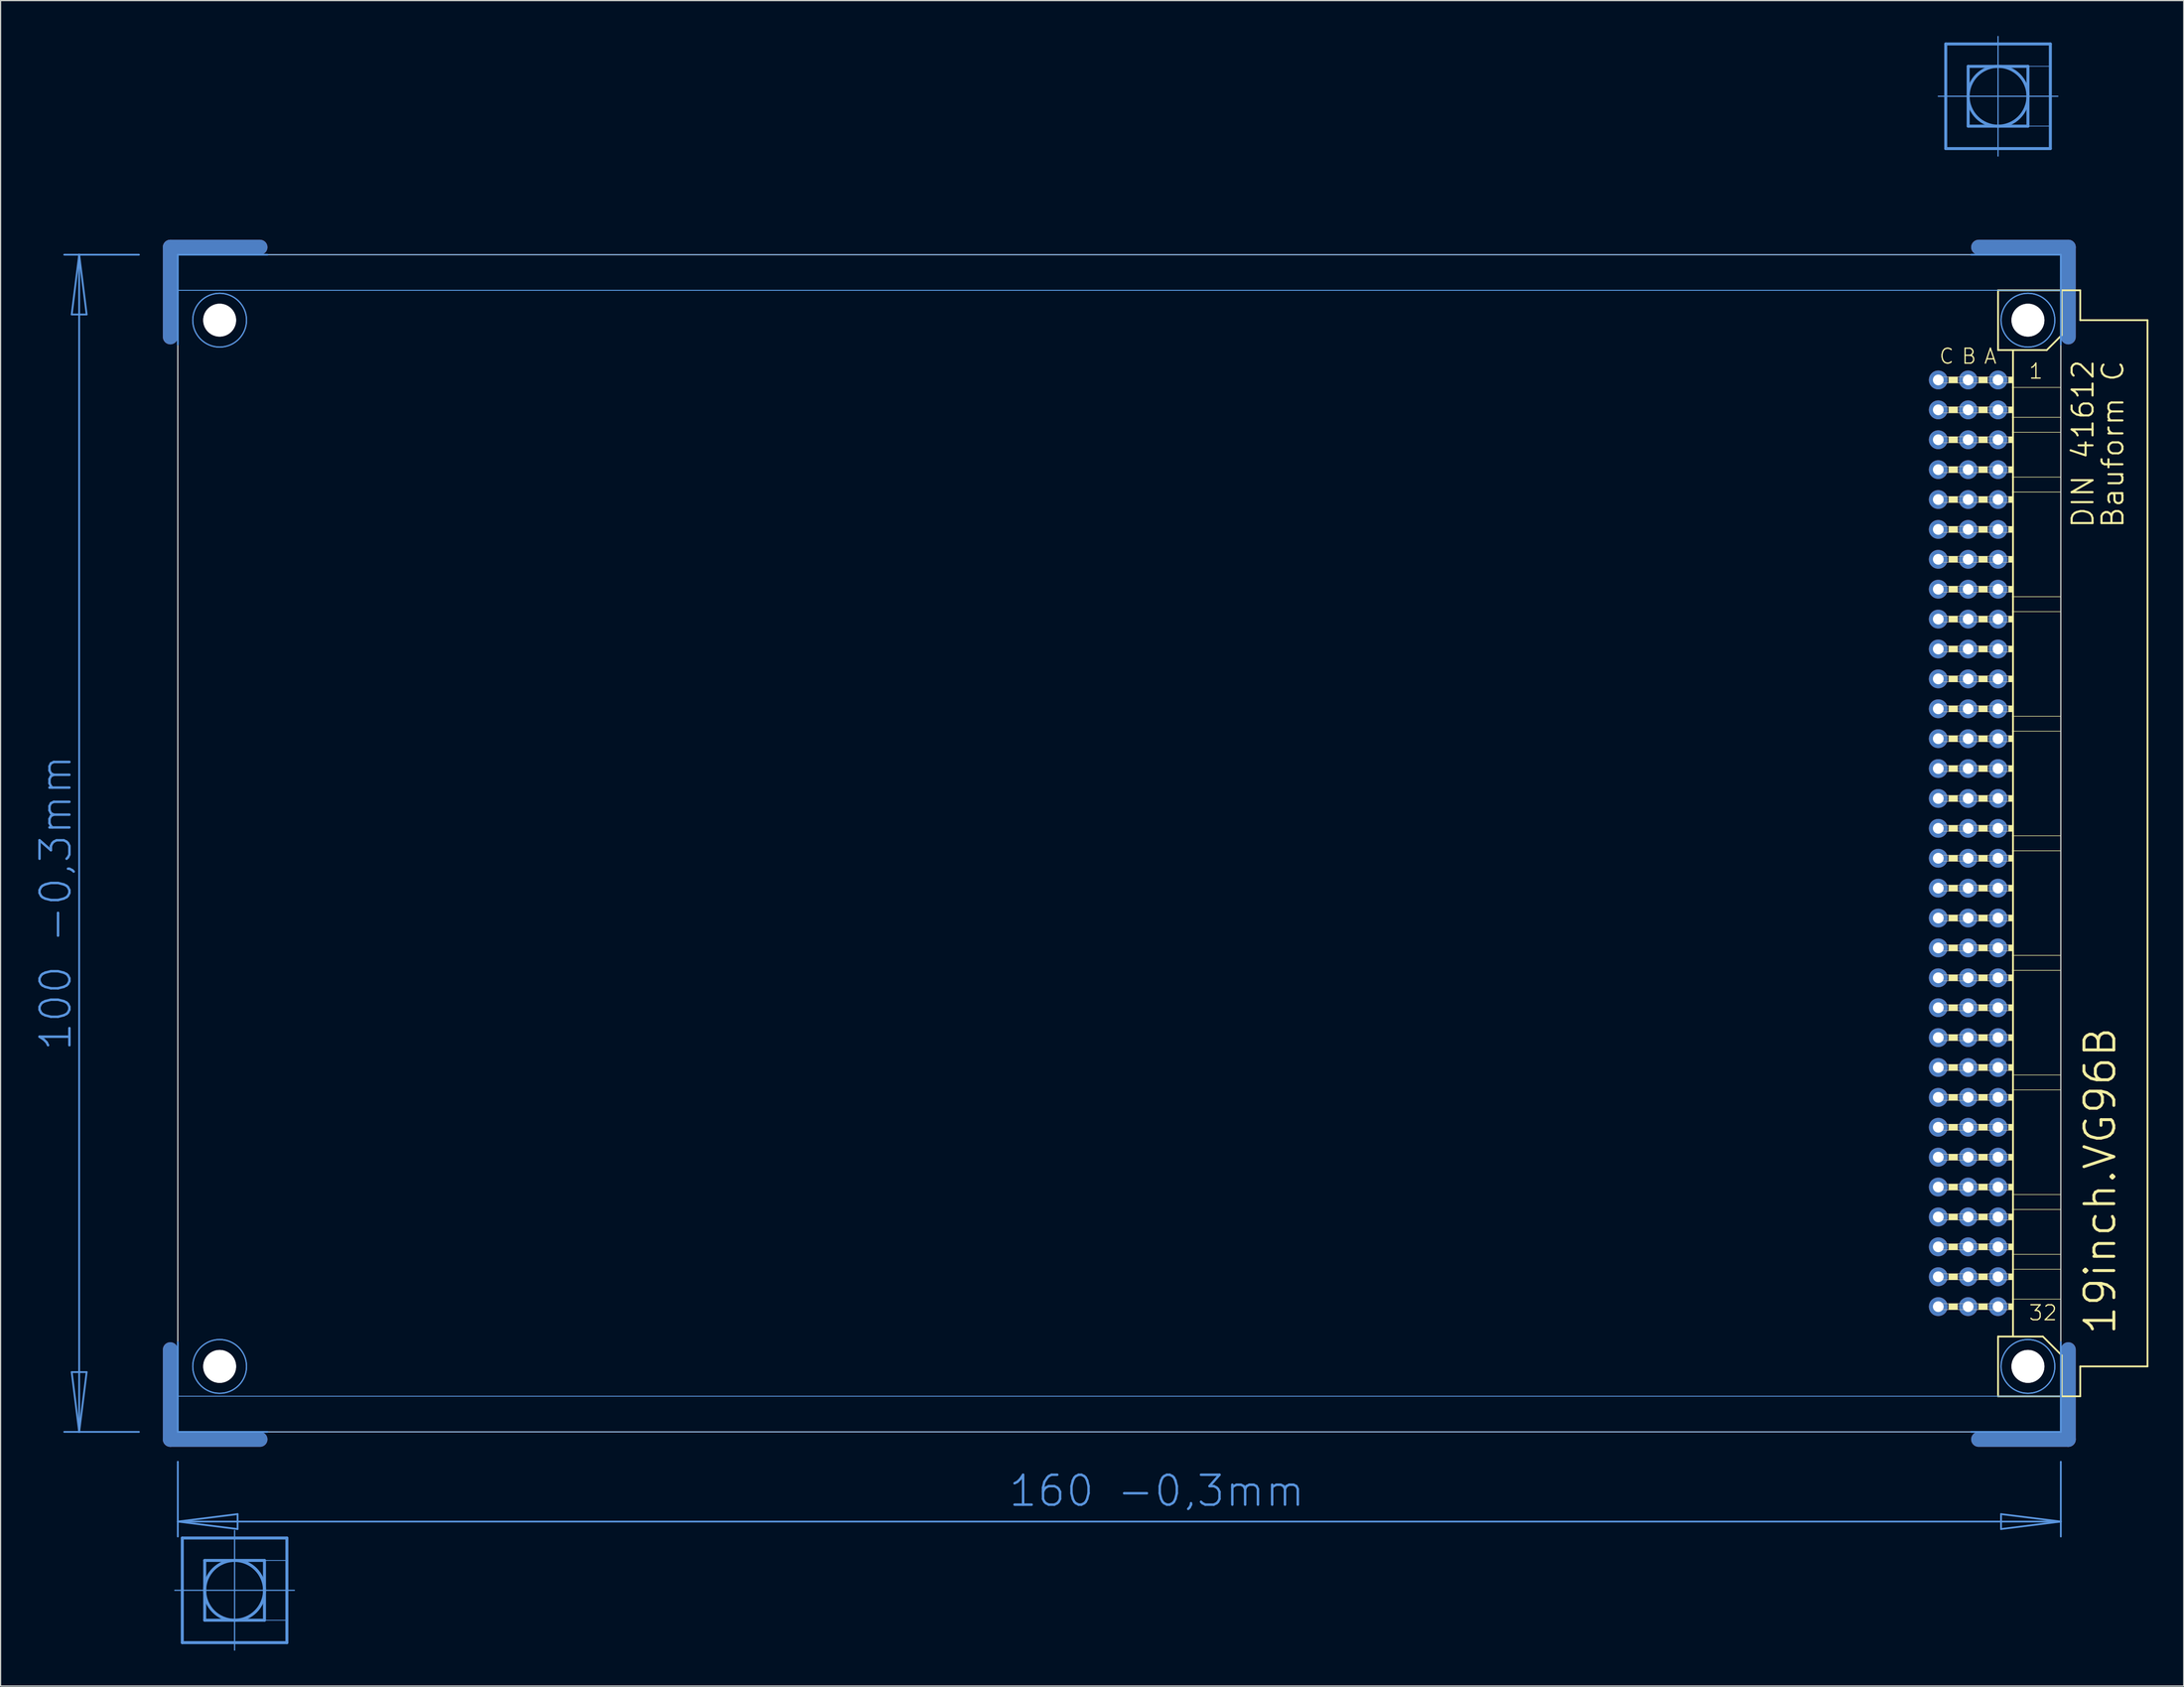
<source format=kicad_pcb>
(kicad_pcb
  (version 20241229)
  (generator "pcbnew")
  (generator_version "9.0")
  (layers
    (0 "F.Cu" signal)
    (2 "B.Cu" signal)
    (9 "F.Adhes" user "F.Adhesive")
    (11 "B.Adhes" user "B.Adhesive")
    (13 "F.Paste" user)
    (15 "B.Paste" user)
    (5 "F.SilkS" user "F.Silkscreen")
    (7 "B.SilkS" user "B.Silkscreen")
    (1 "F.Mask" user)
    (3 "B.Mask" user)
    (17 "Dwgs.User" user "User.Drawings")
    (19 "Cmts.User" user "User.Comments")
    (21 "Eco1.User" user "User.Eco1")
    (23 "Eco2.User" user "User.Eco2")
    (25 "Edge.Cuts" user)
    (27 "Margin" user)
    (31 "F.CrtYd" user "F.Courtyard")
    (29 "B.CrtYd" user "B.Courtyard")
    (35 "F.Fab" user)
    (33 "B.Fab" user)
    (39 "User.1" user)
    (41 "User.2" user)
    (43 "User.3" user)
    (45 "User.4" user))
  (footprint "19inch.VG96B"
    (layer "F.Cu")
    (at 11.806 68.605)
    (property "Reference" "19inch.VG96B" (at 165.1 41.91 90) (layer "F.SilkS") (effects (font (size 2.54 2.54) (thickness 0.25)) (justify left bottom)))
    (attr through_hole)
    (fp_line (start -0.381 -43.028) (end -0.381 -50.648) (stroke (width 1.27) (type default)) (layer "F.Cu"))
    (fp_line (start -0.381 43.028) (end -0.381 50.648) (stroke (width 1.27) (type default)) (layer "F.Cu"))
    (fp_line (start 7.239 -50.648) (end -0.381 -50.648) (stroke (width 1.27) (type default)) (layer "F.Cu"))
    (fp_line (start 7.239 50.648) (end -0.381 50.648) (stroke (width 1.27) (type default)) (layer "F.Cu"))
    (fp_line (start 153.289 -50.648) (end 160.909 -50.648) (stroke (width 1.27) (type default)) (layer "F.Cu"))
    (fp_line (start 153.289 50.648) (end 160.909 50.648) (stroke (width 1.27) (type default)) (layer "F.Cu"))
    (fp_line (start 160.909 -43.028) (end 160.909 -50.648) (stroke (width 1.27) (type default)) (layer "F.Cu"))
    (fp_line (start 160.909 43.028) (end 160.909 50.648) (stroke (width 1.27) (type default)) (layer "F.Cu"))
    (fp_line (start 0.254 -42.393) (end 0.254 -50.013) (stroke (width 0.152) (type default)) (layer "F.Mask"))
    (fp_line (start 0.254 42.393) (end 0.254 50.013) (stroke (width 0.152) (type default)) (layer "F.Mask"))
    (fp_line (start 7.874 -50.013) (end 0.254 -50.013) (stroke (width 0.152) (type default)) (layer "F.Mask"))
    (fp_line (start 7.874 50.013) (end 0.254 50.013) (stroke (width 0.152) (type default)) (layer "F.Mask"))
    (fp_line (start 152.654 -50.013) (end 160.274 -50.013) (stroke (width 0.152) (type default)) (layer "F.Mask"))
    (fp_line (start 152.654 50.013) (end 160.274 50.013) (stroke (width 0.152) (type default)) (layer "F.Mask"))
    (fp_line (start 160.274 -42.393) (end 160.274 -50.013) (stroke (width 0.152) (type default)) (layer "F.Mask"))
    (fp_line (start 160.274 42.393) (end 160.274 50.013) (stroke (width 0.152) (type default)) (layer "F.Mask"))
    (fp_line (start -0.381 -43.028) (end -0.381 -50.648) (stroke (width 1.27) (type default)) (layer "B.Cu"))
    (fp_line (start -0.381 43.028) (end -0.381 50.648) (stroke (width 1.27) (type default)) (layer "B.Cu"))
    (fp_line (start 7.239 -50.648) (end -0.381 -50.648) (stroke (width 1.27) (type default)) (layer "B.Cu"))
    (fp_line (start 7.239 50.648) (end -0.381 50.648) (stroke (width 1.27) (type default)) (layer "B.Cu"))
    (fp_line (start 153.289 -50.648) (end 160.909 -50.648) (stroke (width 1.27) (type default)) (layer "B.Cu"))
    (fp_line (start 153.289 50.648) (end 160.909 50.648) (stroke (width 1.27) (type default)) (layer "B.Cu"))
    (fp_line (start 160.909 -43.028) (end 160.909 -50.648) (stroke (width 1.27) (type default)) (layer "B.Cu"))
    (fp_line (start 160.909 43.028) (end 160.909 50.648) (stroke (width 1.27) (type default)) (layer "B.Cu"))
    (fp_line (start 0.254 -50.013) (end 7.874 -50.013) (stroke (width 0.152) (type default)) (layer "B.Mask"))
    (fp_line (start 0.254 -42.393) (end 0.254 -50.013) (stroke (width 0.152) (type default)) (layer "B.Mask"))
    (fp_line (start 0.254 50.013) (end 0.254 42.393) (stroke (width 0.152) (type default)) (layer "B.Mask"))
    (fp_line (start 7.874 50.013) (end 0.254 50.013) (stroke (width 0.152) (type default)) (layer "B.Mask"))
    (fp_line (start 152.654 -50.013) (end 160.274 -50.013) (stroke (width 0.152) (type default)) (layer "B.Mask"))
    (fp_line (start 160.274 -50.013) (end 160.274 -42.393) (stroke (width 0.152) (type default)) (layer "B.Mask"))
    (fp_line (start 160.274 42.393) (end 160.274 50.013) (stroke (width 0.152) (type default)) (layer "B.Mask"))
    (fp_line (start 160.274 50.013) (end 152.654 50.013) (stroke (width 0.152) (type default)) (layer "B.Mask"))
    (fp_line (start 154.94 -46.99) (end 154.94 -41.91) (stroke (width 0.152) (type default)) (layer "F.SilkS"))
    (fp_line (start 154.94 -41.91) (end 156.21 -41.91) (stroke (width 0.152) (type default)) (layer "F.SilkS"))
    (fp_line (start 154.94 41.91) (end 154.94 46.99) (stroke (width 0.152) (type default)) (layer "F.SilkS"))
    (fp_line (start 154.94 41.91) (end 156.21 41.91) (stroke (width 0.152) (type default)) (layer "F.SilkS"))
    (fp_line (start 154.94 46.99) (end 160.35 46.99) (stroke (width 0.152) (type default)) (layer "F.SilkS"))
    (fp_line (start 156.21 -41.91) (end 156.21 -38.735) (stroke (width 0.152) (type default)) (layer "F.SilkS"))
    (fp_line (start 156.21 -41.91) (end 159.08 -41.91) (stroke (width 0.152) (type default)) (layer "F.SilkS"))
    (fp_line (start 156.21 -38.735) (end 156.21 -36.195) (stroke (width 0.152) (type default)) (layer "F.SilkS"))
    (fp_line (start 156.21 -36.195) (end 156.21 -34.925) (stroke (width 0.152) (type default)) (layer "F.SilkS"))
    (fp_line (start 156.21 -34.925) (end 156.21 -31.115) (stroke (width 0.152) (type default)) (layer "F.SilkS"))
    (fp_line (start 156.21 -31.115) (end 156.21 -29.845) (stroke (width 0.152) (type default)) (layer "F.SilkS"))
    (fp_line (start 156.21 -29.845) (end 156.21 -20.955) (stroke (width 0.152) (type default)) (layer "F.SilkS"))
    (fp_line (start 156.21 -20.955) (end 156.21 -19.685) (stroke (width 0.152) (type default)) (layer "F.SilkS"))
    (fp_line (start 156.21 -19.685) (end 156.21 -10.795) (stroke (width 0.152) (type default)) (layer "F.SilkS"))
    (fp_line (start 156.21 -10.795) (end 156.21 -9.525) (stroke (width 0.152) (type default)) (layer "F.SilkS"))
    (fp_line (start 156.21 -9.525) (end 156.21 -0.635) (stroke (width 0.152) (type default)) (layer "F.SilkS"))
    (fp_line (start 156.21 -0.635) (end 156.21 0.635) (stroke (width 0.152) (type default)) (layer "F.SilkS"))
    (fp_line (start 156.21 0.635) (end 156.21 9.525) (stroke (width 0.152) (type default)) (layer "F.SilkS"))
    (fp_line (start 156.21 9.525) (end 156.21 10.795) (stroke (width 0.152) (type default)) (layer "F.SilkS"))
    (fp_line (start 156.21 10.795) (end 156.21 19.685) (stroke (width 0.152) (type default)) (layer "F.SilkS"))
    (fp_line (start 156.21 19.685) (end 156.21 20.955) (stroke (width 0.152) (type default)) (layer "F.SilkS"))
    (fp_line (start 156.21 20.955) (end 156.21 29.845) (stroke (width 0.152) (type default)) (layer "F.SilkS"))
    (fp_line (start 156.21 29.845) (end 156.21 31.115) (stroke (width 0.152) (type default)) (layer "F.SilkS"))
    (fp_line (start 156.21 31.115) (end 156.21 34.925) (stroke (width 0.152) (type default)) (layer "F.SilkS"))
    (fp_line (start 156.21 34.925) (end 156.21 36.195) (stroke (width 0.152) (type default)) (layer "F.SilkS"))
    (fp_line (start 156.21 36.195) (end 156.21 38.735) (stroke (width 0.152) (type default)) (layer "F.SilkS"))
    (fp_line (start 156.21 38.735) (end 156.21 41.91) (stroke (width 0.152) (type default)) (layer "F.SilkS"))
    (fp_line (start 156.21 41.91) (end 158.75 41.91) (stroke (width 0.152) (type default)) (layer "F.SilkS"))
    (fp_line (start 159.08 -41.91) (end 160.35 -43.18) (stroke (width 0.152) (type default)) (layer "F.SilkS"))
    (fp_line (start 160.274 -38.735) (end 156.21 -38.735) (stroke (width 0.051) (type default)) (layer "F.SilkS"))
    (fp_line (start 160.274 -38.735) (end 160.274 -36.195) (stroke (width 0.051) (type default)) (layer "F.SilkS"))
    (fp_line (start 160.274 -36.195) (end 156.21 -36.195) (stroke (width 0.051) (type default)) (layer "F.SilkS"))
    (fp_line (start 160.274 -34.925) (end 156.21 -34.925) (stroke (width 0.051) (type default)) (layer "F.SilkS"))
    (fp_line (start 160.274 -34.925) (end 160.274 -31.115) (stroke (width 0.051) (type default)) (layer "F.SilkS"))
    (fp_line (start 160.274 -31.115) (end 156.21 -31.115) (stroke (width 0.051) (type default)) (layer "F.SilkS"))
    (fp_line (start 160.274 -29.845) (end 156.21 -29.845) (stroke (width 0.051) (type default)) (layer "F.SilkS"))
    (fp_line (start 160.274 -29.845) (end 160.274 -20.955) (stroke (width 0.051) (type default)) (layer "F.SilkS"))
    (fp_line (start 160.274 -20.955) (end 156.21 -20.955) (stroke (width 0.051) (type default)) (layer "F.SilkS"))
    (fp_line (start 160.274 -19.685) (end 156.21 -19.685) (stroke (width 0.051) (type default)) (layer "F.SilkS"))
    (fp_line (start 160.274 -19.685) (end 160.274 -10.795) (stroke (width 0.051) (type default)) (layer "F.SilkS"))
    (fp_line (start 160.274 -10.795) (end 156.21 -10.795) (stroke (width 0.051) (type default)) (layer "F.SilkS"))
    (fp_line (start 160.274 -9.525) (end 156.21 -9.525) (stroke (width 0.051) (type default)) (layer "F.SilkS"))
    (fp_line (start 160.274 -9.525) (end 160.274 -0.635) (stroke (width 0.051) (type default)) (layer "F.SilkS"))
    (fp_line (start 160.274 -0.635) (end 156.21 -0.635) (stroke (width 0.051) (type default)) (layer "F.SilkS"))
    (fp_line (start 160.274 0.635) (end 156.21 0.635) (stroke (width 0.051) (type default)) (layer "F.SilkS"))
    (fp_line (start 160.274 0.635) (end 160.274 9.525) (stroke (width 0.051) (type default)) (layer "F.SilkS"))
    (fp_line (start 160.274 9.525) (end 156.21 9.525) (stroke (width 0.051) (type default)) (layer "F.SilkS"))
    (fp_line (start 160.274 10.795) (end 156.21 10.795) (stroke (width 0.051) (type default)) (layer "F.SilkS"))
    (fp_line (start 160.274 10.795) (end 160.274 19.685) (stroke (width 0.051) (type default)) (layer "F.SilkS"))
    (fp_line (start 160.274 19.685) (end 156.21 19.685) (stroke (width 0.051) (type default)) (layer "F.SilkS"))
    (fp_line (start 160.274 20.955) (end 156.21 20.955) (stroke (width 0.051) (type default)) (layer "F.SilkS"))
    (fp_line (start 160.274 20.955) (end 160.274 29.845) (stroke (width 0.051) (type default)) (layer "F.SilkS"))
    (fp_line (start 160.274 29.845) (end 156.21 29.845) (stroke (width 0.051) (type default)) (layer "F.SilkS"))
    (fp_line (start 160.274 31.115) (end 156.21 31.115) (stroke (width 0.051) (type default)) (layer "F.SilkS"))
    (fp_line (start 160.274 31.115) (end 160.274 34.925) (stroke (width 0.051) (type default)) (layer "F.SilkS"))
    (fp_line (start 160.274 34.925) (end 156.21 34.925) (stroke (width 0.051) (type default)) (layer "F.SilkS"))
    (fp_line (start 160.274 36.195) (end 156.21 36.195) (stroke (width 0.051) (type default)) (layer "F.SilkS"))
    (fp_line (start 160.274 36.195) (end 160.274 38.735) (stroke (width 0.051) (type default)) (layer "F.SilkS"))
    (fp_line (start 160.274 38.735) (end 156.21 38.735) (stroke (width 0.051) (type default)) (layer "F.SilkS"))
    (fp_line (start 160.35 -46.99) (end 154.94 -46.99) (stroke (width 0.152) (type default)) (layer "F.SilkS"))
    (fp_line (start 160.35 -43.18) (end 160.35 -46.99) (stroke (width 0.152) (type default)) (layer "F.SilkS"))
    (fp_line (start 160.35 43.51) (end 158.75 41.91) (stroke (width 0.152) (type default)) (layer "F.SilkS"))
    (fp_line (start 160.35 43.51) (end 160.35 46.99) (stroke (width 0.152) (type default)) (layer "F.SilkS"))
    (fp_line (start 160.35 46.99) (end 161.925 46.99) (stroke (width 0.152) (type default)) (layer "F.SilkS"))
    (fp_line (start 161.925 -46.99) (end 160.35 -46.99) (stroke (width 0.152) (type default)) (layer "F.SilkS"))
    (fp_line (start 161.925 -44.45) (end 161.925 -46.99) (stroke (width 0.152) (type default)) (layer "F.SilkS"))
    (fp_line (start 161.925 44.45) (end 167.64 44.45) (stroke (width 0.152) (type default)) (layer "F.SilkS"))
    (fp_line (start 161.925 46.99) (end 161.925 44.45) (stroke (width 0.152) (type default)) (layer "F.SilkS"))
    (fp_line (start 167.64 -44.45) (end 161.925 -44.45) (stroke (width 0.152) (type default)) (layer "F.SilkS"))
    (fp_line (start 167.64 44.45) (end 167.64 -44.45) (stroke (width 0.152) (type default)) (layer "F.SilkS"))
    (fp_rect (start 150.749 -39.116) (end 151.511 -39.624) (stroke (width 0.05) (type default)) (fill yes) (layer "F.SilkS"))
    (fp_rect (start 150.749 -36.576) (end 151.511 -37.084) (stroke (width 0.05) (type default)) (fill yes) (layer "F.SilkS"))
    (fp_rect (start 150.749 -34.036) (end 151.511 -34.544) (stroke (width 0.05) (type default)) (fill yes) (layer "F.SilkS"))
    (fp_rect (start 150.749 -31.496) (end 151.511 -32.004) (stroke (width 0.05) (type default)) (fill yes) (layer "F.SilkS"))
    (fp_rect (start 150.749 -28.956) (end 151.511 -29.464) (stroke (width 0.05) (type default)) (fill yes) (layer "F.SilkS"))
    (fp_rect (start 150.749 -26.416) (end 151.511 -26.924) (stroke (width 0.05) (type default)) (fill yes) (layer "F.SilkS"))
    (fp_rect (start 150.749 -23.876) (end 151.511 -24.384) (stroke (width 0.05) (type default)) (fill yes) (layer "F.SilkS"))
    (fp_rect (start 150.749 -21.336) (end 151.511 -21.844) (stroke (width 0.05) (type default)) (fill yes) (layer "F.SilkS"))
    (fp_rect (start 150.749 -18.796) (end 151.511 -19.304) (stroke (width 0.05) (type default)) (fill yes) (layer "F.SilkS"))
    (fp_rect (start 150.749 -16.256) (end 151.511 -16.764) (stroke (width 0.05) (type default)) (fill yes) (layer "F.SilkS"))
    (fp_rect (start 150.749 -13.716) (end 151.511 -14.224) (stroke (width 0.05) (type default)) (fill yes) (layer "F.SilkS"))
    (fp_rect (start 150.749 -11.176) (end 151.511 -11.684) (stroke (width 0.05) (type default)) (fill yes) (layer "F.SilkS"))
    (fp_rect (start 150.749 -8.636) (end 151.511 -9.144) (stroke (width 0.05) (type default)) (fill yes) (layer "F.SilkS"))
    (fp_rect (start 150.749 -6.096) (end 151.511 -6.604) (stroke (width 0.05) (type default)) (fill yes) (layer "F.SilkS"))
    (fp_rect (start 150.749 -3.556) (end 151.511 -4.064) (stroke (width 0.05) (type default)) (fill yes) (layer "F.SilkS"))
    (fp_rect (start 150.749 -1.016) (end 151.511 -1.524) (stroke (width 0.05) (type default)) (fill yes) (layer "F.SilkS"))
    (fp_rect (start 150.749 1.524) (end 151.511 1.016) (stroke (width 0.05) (type default)) (fill yes) (layer "F.SilkS"))
    (fp_rect (start 150.749 4.064) (end 151.511 3.556) (stroke (width 0.05) (type default)) (fill yes) (layer "F.SilkS"))
    (fp_rect (start 150.749 6.604) (end 151.511 6.096) (stroke (width 0.05) (type default)) (fill yes) (layer "F.SilkS"))
    (fp_rect (start 150.749 9.144) (end 151.511 8.636) (stroke (width 0.05) (type default)) (fill yes) (layer "F.SilkS"))
    (fp_rect (start 150.749 11.684) (end 151.511 11.176) (stroke (width 0.05) (type default)) (fill yes) (layer "F.SilkS"))
    (fp_rect (start 150.749 14.224) (end 151.511 13.716) (stroke (width 0.05) (type default)) (fill yes) (layer "F.SilkS"))
    (fp_rect (start 150.749 16.764) (end 151.511 16.256) (stroke (width 0.05) (type default)) (fill yes) (layer "F.SilkS"))
    (fp_rect (start 150.749 19.304) (end 151.511 18.796) (stroke (width 0.05) (type default)) (fill yes) (layer "F.SilkS"))
    (fp_rect (start 150.749 21.844) (end 151.511 21.336) (stroke (width 0.05) (type default)) (fill yes) (layer "F.SilkS"))
    (fp_rect (start 150.749 24.384) (end 151.511 23.876) (stroke (width 0.05) (type default)) (fill yes) (layer "F.SilkS"))
    (fp_rect (start 150.749 26.924) (end 151.511 26.416) (stroke (width 0.05) (type default)) (fill yes) (layer "F.SilkS"))
    (fp_rect (start 150.749 29.464) (end 151.511 28.956) (stroke (width 0.05) (type default)) (fill yes) (layer "F.SilkS"))
    (fp_rect (start 150.749 32.004) (end 151.511 31.496) (stroke (width 0.05) (type default)) (fill yes) (layer "F.SilkS"))
    (fp_rect (start 150.749 34.544) (end 151.511 34.036) (stroke (width 0.05) (type default)) (fill yes) (layer "F.SilkS"))
    (fp_rect (start 150.749 37.084) (end 151.511 36.576) (stroke (width 0.05) (type default)) (fill yes) (layer "F.SilkS"))
    (fp_rect (start 150.749 39.624) (end 151.511 39.116) (stroke (width 0.05) (type default)) (fill yes) (layer "F.SilkS"))
    (fp_rect (start 153.289 -39.116) (end 154.051 -39.624) (stroke (width 0.05) (type default)) (fill yes) (layer "F.SilkS"))
    (fp_rect (start 153.289 -36.576) (end 154.051 -37.084) (stroke (width 0.05) (type default)) (fill yes) (layer "F.SilkS"))
    (fp_rect (start 153.289 -34.036) (end 154.051 -34.544) (stroke (width 0.05) (type default)) (fill yes) (layer "F.SilkS"))
    (fp_rect (start 153.289 -31.496) (end 154.051 -32.004) (stroke (width 0.05) (type default)) (fill yes) (layer "F.SilkS"))
    (fp_rect (start 153.289 -28.956) (end 154.051 -29.464) (stroke (width 0.05) (type default)) (fill yes) (layer "F.SilkS"))
    (fp_rect (start 153.289 -26.416) (end 154.051 -26.924) (stroke (width 0.05) (type default)) (fill yes) (layer "F.SilkS"))
    (fp_rect (start 153.289 -23.876) (end 154.051 -24.384) (stroke (width 0.05) (type default)) (fill yes) (layer "F.SilkS"))
    (fp_rect (start 153.289 -21.336) (end 154.051 -21.844) (stroke (width 0.05) (type default)) (fill yes) (layer "F.SilkS"))
    (fp_rect (start 153.289 -18.796) (end 154.051 -19.304) (stroke (width 0.05) (type default)) (fill yes) (layer "F.SilkS"))
    (fp_rect (start 153.289 -16.256) (end 154.051 -16.764) (stroke (width 0.05) (type default)) (fill yes) (layer "F.SilkS"))
    (fp_rect (start 153.289 -13.716) (end 154.051 -14.224) (stroke (width 0.05) (type default)) (fill yes) (layer "F.SilkS"))
    (fp_rect (start 153.289 -11.176) (end 154.051 -11.684) (stroke (width 0.05) (type default)) (fill yes) (layer "F.SilkS"))
    (fp_rect (start 153.289 -8.636) (end 154.051 -9.144) (stroke (width 0.05) (type default)) (fill yes) (layer "F.SilkS"))
    (fp_rect (start 153.289 -6.096) (end 154.051 -6.604) (stroke (width 0.05) (type default)) (fill yes) (layer "F.SilkS"))
    (fp_rect (start 153.289 -3.556) (end 154.051 -4.064) (stroke (width 0.05) (type default)) (fill yes) (layer "F.SilkS"))
    (fp_rect (start 153.289 -1.016) (end 154.051 -1.524) (stroke (width 0.05) (type default)) (fill yes) (layer "F.SilkS"))
    (fp_rect (start 153.289 1.524) (end 154.051 1.016) (stroke (width 0.05) (type default)) (fill yes) (layer "F.SilkS"))
    (fp_rect (start 153.289 4.064) (end 154.051 3.556) (stroke (width 0.05) (type default)) (fill yes) (layer "F.SilkS"))
    (fp_rect (start 153.289 6.604) (end 154.051 6.096) (stroke (width 0.05) (type default)) (fill yes) (layer "F.SilkS"))
    (fp_rect (start 153.289 9.144) (end 154.051 8.636) (stroke (width 0.05) (type default)) (fill yes) (layer "F.SilkS"))
    (fp_rect (start 153.289 11.684) (end 154.051 11.176) (stroke (width 0.05) (type default)) (fill yes) (layer "F.SilkS"))
    (fp_rect (start 153.289 14.224) (end 154.051 13.716) (stroke (width 0.05) (type default)) (fill yes) (layer "F.SilkS"))
    (fp_rect (start 153.289 16.764) (end 154.051 16.256) (stroke (width 0.05) (type default)) (fill yes) (layer "F.SilkS"))
    (fp_rect (start 153.289 19.304) (end 154.051 18.796) (stroke (width 0.05) (type default)) (fill yes) (layer "F.SilkS"))
    (fp_rect (start 153.289 21.844) (end 154.051 21.336) (stroke (width 0.05) (type default)) (fill yes) (layer "F.SilkS"))
    (fp_rect (start 153.289 24.384) (end 154.051 23.876) (stroke (width 0.05) (type default)) (fill yes) (layer "F.SilkS"))
    (fp_rect (start 153.289 26.924) (end 154.051 26.416) (stroke (width 0.05) (type default)) (fill yes) (layer "F.SilkS"))
    (fp_rect (start 153.289 29.464) (end 154.051 28.956) (stroke (width 0.05) (type default)) (fill yes) (layer "F.SilkS"))
    (fp_rect (start 153.289 32.004) (end 154.051 31.496) (stroke (width 0.05) (type default)) (fill yes) (layer "F.SilkS"))
    (fp_rect (start 153.289 34.544) (end 154.051 34.036) (stroke (width 0.05) (type default)) (fill yes) (layer "F.SilkS"))
    (fp_rect (start 153.289 37.084) (end 154.051 36.576) (stroke (width 0.05) (type default)) (fill yes) (layer "F.SilkS"))
    (fp_rect (start 153.289 39.624) (end 154.051 39.116) (stroke (width 0.05) (type default)) (fill yes) (layer "F.SilkS"))
    (fp_rect (start 155.829 -39.116) (end 156.21 -39.624) (stroke (width 0.05) (type default)) (fill yes) (layer "F.SilkS"))
    (fp_rect (start 155.829 -36.576) (end 156.21 -37.084) (stroke (width 0.05) (type default)) (fill yes) (layer "F.SilkS"))
    (fp_rect (start 155.829 -34.036) (end 156.21 -34.544) (stroke (width 0.05) (type default)) (fill yes) (layer "F.SilkS"))
    (fp_rect (start 155.829 -31.496) (end 156.21 -32.004) (stroke (width 0.05) (type default)) (fill yes) (layer "F.SilkS"))
    (fp_rect (start 155.829 -28.956) (end 156.21 -29.464) (stroke (width 0.05) (type default)) (fill yes) (layer "F.SilkS"))
    (fp_rect (start 155.829 -26.416) (end 156.21 -26.924) (stroke (width 0.05) (type default)) (fill yes) (layer "F.SilkS"))
    (fp_rect (start 155.829 -23.876) (end 156.21 -24.384) (stroke (width 0.05) (type default)) (fill yes) (layer "F.SilkS"))
    (fp_rect (start 155.829 -21.336) (end 156.21 -21.844) (stroke (width 0.05) (type default)) (fill yes) (layer "F.SilkS"))
    (fp_rect (start 155.829 -18.796) (end 156.21 -19.304) (stroke (width 0.05) (type default)) (fill yes) (layer "F.SilkS"))
    (fp_rect (start 155.829 -16.256) (end 156.21 -16.764) (stroke (width 0.05) (type default)) (fill yes) (layer "F.SilkS"))
    (fp_rect (start 155.829 -13.716) (end 156.21 -14.224) (stroke (width 0.05) (type default)) (fill yes) (layer "F.SilkS"))
    (fp_rect (start 155.829 -11.176) (end 156.21 -11.684) (stroke (width 0.05) (type default)) (fill yes) (layer "F.SilkS"))
    (fp_rect (start 155.829 -8.636) (end 156.21 -9.144) (stroke (width 0.05) (type default)) (fill yes) (layer "F.SilkS"))
    (fp_rect (start 155.829 -6.096) (end 156.21 -6.604) (stroke (width 0.05) (type default)) (fill yes) (layer "F.SilkS"))
    (fp_rect (start 155.829 -3.556) (end 156.21 -4.064) (stroke (width 0.05) (type default)) (fill yes) (layer "F.SilkS"))
    (fp_rect (start 155.829 -1.016) (end 156.21 -1.524) (stroke (width 0.05) (type default)) (fill yes) (layer "F.SilkS"))
    (fp_rect (start 155.829 1.524) (end 156.21 1.016) (stroke (width 0.05) (type default)) (fill yes) (layer "F.SilkS"))
    (fp_rect (start 155.829 4.064) (end 156.21 3.556) (stroke (width 0.05) (type default)) (fill yes) (layer "F.SilkS"))
    (fp_rect (start 155.829 6.604) (end 156.21 6.096) (stroke (width 0.05) (type default)) (fill yes) (layer "F.SilkS"))
    (fp_rect (start 155.829 9.144) (end 156.21 8.636) (stroke (width 0.05) (type default)) (fill yes) (layer "F.SilkS"))
    (fp_rect (start 155.829 11.684) (end 156.21 11.176) (stroke (width 0.05) (type default)) (fill yes) (layer "F.SilkS"))
    (fp_rect (start 155.829 14.224) (end 156.21 13.716) (stroke (width 0.05) (type default)) (fill yes) (layer "F.SilkS"))
    (fp_rect (start 155.829 16.764) (end 156.21 16.256) (stroke (width 0.05) (type default)) (fill yes) (layer "F.SilkS"))
    (fp_rect (start 155.829 19.304) (end 156.21 18.796) (stroke (width 0.05) (type default)) (fill yes) (layer "F.SilkS"))
    (fp_rect (start 155.829 21.844) (end 156.21 21.336) (stroke (width 0.05) (type default)) (fill yes) (layer "F.SilkS"))
    (fp_rect (start 155.829 24.384) (end 156.21 23.876) (stroke (width 0.05) (type default)) (fill yes) (layer "F.SilkS"))
    (fp_rect (start 155.829 26.924) (end 156.21 26.416) (stroke (width 0.05) (type default)) (fill yes) (layer "F.SilkS"))
    (fp_rect (start 155.829 29.464) (end 156.21 28.956) (stroke (width 0.05) (type default)) (fill yes) (layer "F.SilkS"))
    (fp_rect (start 155.829 32.004) (end 156.21 31.496) (stroke (width 0.05) (type default)) (fill yes) (layer "F.SilkS"))
    (fp_rect (start 155.829 34.544) (end 156.21 34.036) (stroke (width 0.05) (type default)) (fill yes) (layer "F.SilkS"))
    (fp_rect (start 155.829 37.084) (end 156.21 36.576) (stroke (width 0.05) (type default)) (fill yes) (layer "F.SilkS"))
    (fp_rect (start 155.829 39.624) (end 156.21 39.116) (stroke (width 0.05) (type default)) (fill yes) (layer "F.SilkS"))
    (fp_circle (center 3.81 -44.45) (end 5.08 -44.45) (stroke (width 0.152) (type default)) (fill no) (layer "F.SilkS"))
    (fp_circle (center 3.81 44.45) (end 5.08 44.45) (stroke (width 0.152) (type default)) (fill no) (layer "F.SilkS"))
    (fp_circle (center 157.48 -44.45) (end 158.75 -44.45) (stroke (width 0.152) (type default)) (fill no) (layer "F.SilkS"))
    (fp_circle (center 157.48 44.45) (end 158.75 44.45) (stroke (width 0.152) (type default)) (fill no) (layer "F.SilkS"))
    (fp_line (start -9.398 -50.013) (end -8.128 -50.013) (stroke (width 0.152) (type default)) (layer "Cmts.User"))
    (fp_line (start -9.398 50.013) (end -8.128 50.013) (stroke (width 0.152) (type default)) (layer "Cmts.User"))
    (fp_line (start -8.763 -44.933) (end -8.128 -50.013) (stroke (width 0.152) (type default)) (layer "Cmts.User"))
    (fp_line (start -8.763 44.933) (end -7.493 44.933) (stroke (width 0.152) (type default)) (layer "Cmts.User"))
    (fp_line (start -8.128 -50.013) (end -7.493 -44.933) (stroke (width 0.152) (type default)) (layer "Cmts.User"))
    (fp_line (start -8.128 -50.013) (end -3.048 -50.013) (stroke (width 0.152) (type default)) (layer "Cmts.User"))
    (fp_line (start -8.128 50.013) (end -8.763 44.933) (stroke (width 0.152) (type default)) (layer "Cmts.User"))
    (fp_line (start -8.128 50.013) (end -8.128 -50.013) (stroke (width 0.152) (type default)) (layer "Cmts.User"))
    (fp_line (start -8.128 50.013) (end -3.048 50.013) (stroke (width 0.152) (type default)) (layer "Cmts.User"))
    (fp_line (start -7.493 -44.933) (end -8.763 -44.933) (stroke (width 0.152) (type default)) (layer "Cmts.User"))
    (fp_line (start -7.493 44.933) (end -8.128 50.013) (stroke (width 0.152) (type default)) (layer "Cmts.User"))
    (fp_line (start 0 63.475) (end 0.635 63.475) (stroke (width 0.102) (type default)) (layer "Cmts.User"))
    (fp_line (start 0.254 -50.013) (end 7.874 -50.013) (stroke (width 0.152) (type default)) (layer "Cmts.User"))
    (fp_line (start 0.254 -42.393) (end 0.254 -50.013) (stroke (width 0.152) (type default)) (layer "Cmts.User"))
    (fp_line (start 0.254 50.013) (end 0.254 42.393) (stroke (width 0.152) (type default)) (layer "Cmts.User"))
    (fp_line (start 0.254 57.633) (end 0.254 52.553) (stroke (width 0.152) (type default)) (layer "Cmts.User"))
    (fp_line (start 0.254 57.633) (end 5.334 56.998) (stroke (width 0.152) (type default)) (layer "Cmts.User"))
    (fp_line (start 0.254 57.633) (end 160.274 57.633) (stroke (width 0.152) (type default)) (layer "Cmts.User"))
    (fp_line (start 0.254 58.903) (end 0.254 57.633) (stroke (width 0.152) (type default)) (layer "Cmts.User"))
    (fp_line (start 0.635 59.03) (end 9.525 59.03) (stroke (width 0.254) (type default)) (layer "Cmts.User"))
    (fp_line (start 0.635 63.475) (end 0.635 59.03) (stroke (width 0.254) (type default)) (layer "Cmts.User"))
    (fp_line (start 0.635 63.475) (end 10.16 63.475) (stroke (width 0.102) (type default)) (layer "Cmts.User"))
    (fp_line (start 0.635 67.92) (end 0.635 63.475) (stroke (width 0.254) (type default)) (layer "Cmts.User"))
    (fp_line (start 2.54 60.935) (end 2.54 66.015) (stroke (width 0.254) (type default)) (layer "Cmts.User"))
    (fp_line (start 2.54 66.015) (end 7.62 66.015) (stroke (width 0.254) (type default)) (layer "Cmts.User"))
    (fp_line (start 5.08 68.555) (end 5.08 58.395) (stroke (width 0.102) (type default)) (layer "Cmts.User"))
    (fp_line (start 5.334 56.998) (end 5.334 58.268) (stroke (width 0.152) (type default)) (layer "Cmts.User"))
    (fp_line (start 5.334 58.268) (end 0.254 57.633) (stroke (width 0.152) (type default)) (layer "Cmts.User"))
    (fp_line (start 7.62 60.935) (end 2.54 60.935) (stroke (width 0.254) (type default)) (layer "Cmts.User"))
    (fp_line (start 7.62 66.015) (end 7.62 60.935) (stroke (width 0.254) (type default)) (layer "Cmts.User"))
    (fp_line (start 7.874 50.013) (end 0.254 50.013) (stroke (width 0.152) (type default)) (layer "Cmts.User"))
    (fp_line (start 9.525 59.03) (end 9.525 67.92) (stroke (width 0.254) (type default)) (layer "Cmts.User"))
    (fp_line (start 9.525 67.92) (end 0.635 67.92) (stroke (width 0.254) (type default)) (layer "Cmts.User"))
    (fp_line (start 149.86 -63.475) (end 150.495 -63.475) (stroke (width 0.102) (type default)) (layer "Cmts.User"))
    (fp_line (start 150.495 -67.92) (end 159.385 -67.92) (stroke (width 0.254) (type default)) (layer "Cmts.User"))
    (fp_line (start 150.495 -63.475) (end 150.495 -67.92) (stroke (width 0.254) (type default)) (layer "Cmts.User"))
    (fp_line (start 150.495 -63.475) (end 160.02 -63.475) (stroke (width 0.102) (type default)) (layer "Cmts.User"))
    (fp_line (start 150.495 -59.03) (end 150.495 -63.475) (stroke (width 0.254) (type default)) (layer "Cmts.User"))
    (fp_line (start 152.4 -66.015) (end 152.4 -60.935) (stroke (width 0.254) (type default)) (layer "Cmts.User"))
    (fp_line (start 152.4 -60.935) (end 157.48 -60.935) (stroke (width 0.254) (type default)) (layer "Cmts.User"))
    (fp_line (start 152.654 -50.013) (end 160.274 -50.013) (stroke (width 0.152) (type default)) (layer "Cmts.User"))
    (fp_line (start 154.94 -58.395) (end 154.94 -68.555) (stroke (width 0.102) (type default)) (layer "Cmts.User"))
    (fp_line (start 155.194 56.998) (end 160.274 57.633) (stroke (width 0.152) (type default)) (layer "Cmts.User"))
    (fp_line (start 155.194 58.268) (end 155.194 56.998) (stroke (width 0.152) (type default)) (layer "Cmts.User"))
    (fp_line (start 157.48 -66.015) (end 152.4 -66.015) (stroke (width 0.254) (type default)) (layer "Cmts.User"))
    (fp_line (start 157.48 -60.935) (end 157.48 -66.015) (stroke (width 0.254) (type default)) (layer "Cmts.User"))
    (fp_line (start 159.385 -67.92) (end 159.385 -59.03) (stroke (width 0.254) (type default)) (layer "Cmts.User"))
    (fp_line (start 159.385 -59.03) (end 150.495 -59.03) (stroke (width 0.254) (type default)) (layer "Cmts.User"))
    (fp_line (start 160.274 -50.013) (end 160.274 -42.393) (stroke (width 0.152) (type default)) (layer "Cmts.User"))
    (fp_line (start 160.274 42.393) (end 160.274 50.013) (stroke (width 0.152) (type default)) (layer "Cmts.User"))
    (fp_line (start 160.274 50.013) (end 152.654 50.013) (stroke (width 0.152) (type default)) (layer "Cmts.User"))
    (fp_line (start 160.274 57.633) (end 155.194 58.268) (stroke (width 0.152) (type default)) (layer "Cmts.User"))
    (fp_line (start 160.274 57.633) (end 160.274 52.553) (stroke (width 0.152) (type default)) (layer "Cmts.User"))
    (fp_line (start 160.274 58.903) (end 160.274 57.633) (stroke (width 0.152) (type default)) (layer "Cmts.User"))
    (fp_rect (start 0.254 -46.99) (end 160.274 -50.013) (stroke (width 0.05) (type default)) (fill no) (layer "Cmts.User"))
    (fp_rect (start 0.254 50.013) (end 160.274 46.99) (stroke (width 0.05) (type default)) (fill no) (layer "Cmts.User"))
    (fp_rect (start 5.08 60.935) (end 9.525 59.03) (stroke (width 0.05) (type default)) (fill no) (layer "Cmts.User"))
    (fp_rect (start 5.08 67.92) (end 9.525 66.015) (stroke (width 0.05) (type default)) (fill no) (layer "Cmts.User"))
    (fp_rect (start 7.62 66.015) (end 9.525 60.935) (stroke (width 0.05) (type default)) (fill no) (layer "Cmts.User"))
    (fp_rect (start 154.94 -66.015) (end 159.385 -67.92) (stroke (width 0.05) (type default)) (fill no) (layer "Cmts.User"))
    (fp_rect (start 154.94 -59.03) (end 159.385 -60.935) (stroke (width 0.05) (type default)) (fill no) (layer "Cmts.User"))
    (fp_rect (start 157.48 -60.935) (end 159.385 -66.015) (stroke (width 0.05) (type default)) (fill no) (layer "Cmts.User"))
    (fp_circle (center 3.81 -44.45) (end 6.096 -44.45) (stroke (width 0.1) (type default)) (fill no) (layer "Cmts.User"))
    (fp_circle (center 3.81 -44.45) (end 6.096 -44.45) (stroke (width 0.1) (type default)) (fill no) (layer "Cmts.User"))
    (fp_circle (center 3.81 44.45) (end 6.096 44.45) (stroke (width 0.1) (type default)) (fill no) (layer "Cmts.User"))
    (fp_circle (center 3.81 44.45) (end 6.096 44.45) (stroke (width 0.1) (type default)) (fill no) (layer "Cmts.User"))
    (fp_circle (center 5.08 63.475) (end 7.62 63.475) (stroke (width 0.254) (type default)) (fill no) (layer "Cmts.User"))
    (fp_circle (center 154.94 -63.475) (end 157.48 -63.475) (stroke (width 0.254) (type default)) (fill no) (layer "Cmts.User"))
    (fp_circle (center 157.48 -44.45) (end 159.766 -44.45) (stroke (width 0.1) (type default)) (fill no) (layer "Cmts.User"))
    (fp_circle (center 157.48 -44.45) (end 159.766 -44.45) (stroke (width 0.1) (type default)) (fill no) (layer "Cmts.User"))
    (fp_circle (center 157.48 44.45) (end 159.766 44.45) (stroke (width 0.1) (type default)) (fill no) (layer "Cmts.User"))
    (fp_circle (center 157.48 44.45) (end 159.766 44.45) (stroke (width 0.1) (type default)) (fill no) (layer "Cmts.User"))
    (fp_line (start 0.254 -50.013) (end 0.254 50.013) (stroke (width 0.1) (type default)) (layer "Edge.Cuts"))
    (fp_line (start 0.254 50.013) (end 160.274 50.013) (stroke (width 0.1) (type default)) (layer "Edge.Cuts"))
    (fp_line (start 160.274 -50.013) (end 0.254 -50.013) (stroke (width 0.1) (type default)) (layer "Edge.Cuts"))
    (fp_line (start 160.274 50.013) (end 160.274 -50.013) (stroke (width 0.1) (type default)) (layer "Edge.Cuts"))
    (fp_line (start 0.254 -46.99) (end 0.254 -50.013) (stroke (width 0.051) (type default)) (layer "B.CrtYd"))
    (fp_line (start 0.254 46.99) (end 0.254 50.013) (stroke (width 0.051) (type default)) (layer "B.CrtYd"))
    (fp_line (start 160.274 -50.013) (end 160.274 -46.99) (stroke (width 0.051) (type default)) (layer "B.CrtYd"))
    (fp_line (start 160.274 50.013) (end 160.274 46.99) (stroke (width 0.051) (type default)) (layer "B.CrtYd"))
    (fp_rect (start 0.254 -46.99) (end 160.274 -50.013) (stroke (width 0.05) (type default)) (fill no) (layer "B.CrtYd"))
    (fp_rect (start 0.254 50.013) (end 160.274 46.99) (stroke (width 0.05) (type default)) (fill no) (layer "B.CrtYd"))
    (fp_line (start 0.254 -46.99) (end 0.254 -50.013) (stroke (width 0.051) (type default)) (layer "F.CrtYd"))
    (fp_line (start 0.254 46.99) (end 0.254 50.013) (stroke (width 0.051) (type default)) (layer "F.CrtYd"))
    (fp_line (start 160.274 -50.013) (end 160.274 -46.99) (stroke (width 0.051) (type default)) (layer "F.CrtYd"))
    (fp_line (start 160.274 50.013) (end 160.274 46.99) (stroke (width 0.051) (type default)) (layer "F.CrtYd"))
    (fp_rect (start 0.254 -46.99) (end 160.274 -50.013) (stroke (width 0.05) (type default)) (fill no) (layer "F.CrtYd"))
    (fp_rect (start 0.254 50.013) (end 160.274 46.99) (stroke (width 0.05) (type default)) (fill no) (layer "F.CrtYd"))
    (fp_rect (start 149.606 -39.116) (end 150.749 -39.624) (stroke (width 0.05) (type default)) (fill no) (layer "F.Fab"))
    (fp_rect (start 149.606 -36.576) (end 150.749 -37.084) (stroke (width 0.05) (type default)) (fill no) (layer "F.Fab"))
    (fp_rect (start 149.606 -34.036) (end 150.749 -34.544) (stroke (width 0.05) (type default)) (fill no) (layer "F.Fab"))
    (fp_rect (start 149.606 -31.496) (end 150.749 -32.004) (stroke (width 0.05) (type default)) (fill no) (layer "F.Fab"))
    (fp_rect (start 149.606 -28.956) (end 150.749 -29.464) (stroke (width 0.05) (type default)) (fill no) (layer "F.Fab"))
    (fp_rect (start 149.606 -26.416) (end 150.749 -26.924) (stroke (width 0.05) (type default)) (fill no) (layer "F.Fab"))
    (fp_rect (start 149.606 -23.876) (end 150.749 -24.384) (stroke (width 0.05) (type default)) (fill no) (layer "F.Fab"))
    (fp_rect (start 149.606 -21.336) (end 150.749 -21.844) (stroke (width 0.05) (type default)) (fill no) (layer "F.Fab"))
    (fp_rect (start 149.606 -18.796) (end 150.749 -19.304) (stroke (width 0.05) (type default)) (fill no) (layer "F.Fab"))
    (fp_rect (start 149.606 -16.256) (end 150.749 -16.764) (stroke (width 0.05) (type default)) (fill no) (layer "F.Fab"))
    (fp_rect (start 149.606 -13.716) (end 150.749 -14.224) (stroke (width 0.05) (type default)) (fill no) (layer "F.Fab"))
    (fp_rect (start 149.606 -11.176) (end 150.749 -11.684) (stroke (width 0.05) (type default)) (fill no) (layer "F.Fab"))
    (fp_rect (start 149.606 -8.636) (end 150.749 -9.144) (stroke (width 0.05) (type default)) (fill no) (layer "F.Fab"))
    (fp_rect (start 149.606 -6.096) (end 150.749 -6.604) (stroke (width 0.05) (type default)) (fill no) (layer "F.Fab"))
    (fp_rect (start 149.606 -3.556) (end 150.749 -4.064) (stroke (width 0.05) (type default)) (fill no) (layer "F.Fab"))
    (fp_rect (start 149.606 -1.016) (end 150.749 -1.524) (stroke (width 0.05) (type default)) (fill no) (layer "F.Fab"))
    (fp_rect (start 149.606 1.524) (end 150.749 1.016) (stroke (width 0.05) (type default)) (fill no) (layer "F.Fab"))
    (fp_rect (start 149.606 4.064) (end 150.749 3.556) (stroke (width 0.05) (type default)) (fill no) (layer "F.Fab"))
    (fp_rect (start 149.606 6.604) (end 150.749 6.096) (stroke (width 0.05) (type default)) (fill no) (layer "F.Fab"))
    (fp_rect (start 149.606 9.144) (end 150.749 8.636) (stroke (width 0.05) (type default)) (fill no) (layer "F.Fab"))
    (fp_rect (start 149.606 11.684) (end 150.749 11.176) (stroke (width 0.05) (type default)) (fill no) (layer "F.Fab"))
    (fp_rect (start 149.606 14.224) (end 150.749 13.716) (stroke (width 0.05) (type default)) (fill no) (layer "F.Fab"))
    (fp_rect (start 149.606 16.764) (end 150.749 16.256) (stroke (width 0.05) (type default)) (fill no) (layer "F.Fab"))
    (fp_rect (start 149.606 19.304) (end 150.749 18.796) (stroke (width 0.05) (type default)) (fill no) (layer "F.Fab"))
    (fp_rect (start 149.606 21.844) (end 150.749 21.336) (stroke (width 0.05) (type default)) (fill no) (layer "F.Fab"))
    (fp_rect (start 149.606 24.384) (end 150.749 23.876) (stroke (width 0.05) (type default)) (fill no) (layer "F.Fab"))
    (fp_rect (start 149.606 26.924) (end 150.749 26.416) (stroke (width 0.05) (type default)) (fill no) (layer "F.Fab"))
    (fp_rect (start 149.606 29.464) (end 150.749 28.956) (stroke (width 0.05) (type default)) (fill no) (layer "F.Fab"))
    (fp_rect (start 149.606 32.004) (end 150.749 31.496) (stroke (width 0.05) (type default)) (fill no) (layer "F.Fab"))
    (fp_rect (start 149.606 34.544) (end 150.749 34.036) (stroke (width 0.05) (type default)) (fill no) (layer "F.Fab"))
    (fp_rect (start 149.606 37.084) (end 150.749 36.576) (stroke (width 0.05) (type default)) (fill no) (layer "F.Fab"))
    (fp_rect (start 149.606 39.624) (end 150.749 39.116) (stroke (width 0.05) (type default)) (fill no) (layer "F.Fab"))
    (fp_rect (start 151.511 -39.116) (end 153.289 -39.624) (stroke (width 0.05) (type default)) (fill no) (layer "F.Fab"))
    (fp_rect (start 151.511 -36.576) (end 153.289 -37.084) (stroke (width 0.05) (type default)) (fill no) (layer "F.Fab"))
    (fp_rect (start 151.511 -34.036) (end 153.289 -34.544) (stroke (width 0.05) (type default)) (fill no) (layer "F.Fab"))
    (fp_rect (start 151.511 -31.496) (end 153.289 -32.004) (stroke (width 0.05) (type default)) (fill no) (layer "F.Fab"))
    (fp_rect (start 151.511 -28.956) (end 153.289 -29.464) (stroke (width 0.05) (type default)) (fill no) (layer "F.Fab"))
    (fp_rect (start 151.511 -26.416) (end 153.289 -26.924) (stroke (width 0.05) (type default)) (fill no) (layer "F.Fab"))
    (fp_rect (start 151.511 -23.876) (end 153.289 -24.384) (stroke (width 0.05) (type default)) (fill no) (layer "F.Fab"))
    (fp_rect (start 151.511 -21.336) (end 153.289 -21.844) (stroke (width 0.05) (type default)) (fill no) (layer "F.Fab"))
    (fp_rect (start 151.511 -18.796) (end 153.289 -19.304) (stroke (width 0.05) (type default)) (fill no) (layer "F.Fab"))
    (fp_rect (start 151.511 -16.256) (end 153.289 -16.764) (stroke (width 0.05) (type default)) (fill no) (layer "F.Fab"))
    (fp_rect (start 151.511 -13.716) (end 153.289 -14.224) (stroke (width 0.05) (type default)) (fill no) (layer "F.Fab"))
    (fp_rect (start 151.511 -11.176) (end 153.289 -11.684) (stroke (width 0.05) (type default)) (fill no) (layer "F.Fab"))
    (fp_rect (start 151.511 -8.636) (end 153.289 -9.144) (stroke (width 0.05) (type default)) (fill no) (layer "F.Fab"))
    (fp_rect (start 151.511 -6.096) (end 153.289 -6.604) (stroke (width 0.05) (type default)) (fill no) (layer "F.Fab"))
    (fp_rect (start 151.511 -3.556) (end 153.289 -4.064) (stroke (width 0.05) (type default)) (fill no) (layer "F.Fab"))
    (fp_rect (start 151.511 -1.016) (end 153.289 -1.524) (stroke (width 0.05) (type default)) (fill no) (layer "F.Fab"))
    (fp_rect (start 151.511 1.524) (end 153.289 1.016) (stroke (width 0.05) (type default)) (fill no) (layer "F.Fab"))
    (fp_rect (start 151.511 4.064) (end 153.289 3.556) (stroke (width 0.05) (type default)) (fill no) (layer "F.Fab"))
    (fp_rect (start 151.511 6.604) (end 153.289 6.096) (stroke (width 0.05) (type default)) (fill no) (layer "F.Fab"))
    (fp_rect (start 151.511 9.144) (end 153.289 8.636) (stroke (width 0.05) (type default)) (fill no) (layer "F.Fab"))
    (fp_rect (start 151.511 11.684) (end 153.289 11.176) (stroke (width 0.05) (type default)) (fill no) (layer "F.Fab"))
    (fp_rect (start 151.511 14.224) (end 153.289 13.716) (stroke (width 0.05) (type default)) (fill no) (layer "F.Fab"))
    (fp_rect (start 151.511 16.764) (end 153.289 16.256) (stroke (width 0.05) (type default)) (fill no) (layer "F.Fab"))
    (fp_rect (start 151.511 19.304) (end 153.289 18.796) (stroke (width 0.05) (type default)) (fill no) (layer "F.Fab"))
    (fp_rect (start 151.511 21.844) (end 153.289 21.336) (stroke (width 0.05) (type default)) (fill no) (layer "F.Fab"))
    (fp_rect (start 151.511 24.384) (end 153.289 23.876) (stroke (width 0.05) (type default)) (fill no) (layer "F.Fab"))
    (fp_rect (start 151.511 26.924) (end 153.289 26.416) (stroke (width 0.05) (type default)) (fill no) (layer "F.Fab"))
    (fp_rect (start 151.511 29.464) (end 153.289 28.956) (stroke (width 0.05) (type default)) (fill no) (layer "F.Fab"))
    (fp_rect (start 151.511 32.004) (end 153.289 31.496) (stroke (width 0.05) (type default)) (fill no) (layer "F.Fab"))
    (fp_rect (start 151.511 34.544) (end 153.289 34.036) (stroke (width 0.05) (type default)) (fill no) (layer "F.Fab"))
    (fp_rect (start 151.511 37.084) (end 153.289 36.576) (stroke (width 0.05) (type default)) (fill no) (layer "F.Fab"))
    (fp_rect (start 151.511 39.624) (end 153.289 39.116) (stroke (width 0.05) (type default)) (fill no) (layer "F.Fab"))
    (fp_rect (start 154.051 -39.116) (end 155.829 -39.624) (stroke (width 0.05) (type default)) (fill no) (layer "F.Fab"))
    (fp_rect (start 154.051 -36.576) (end 155.829 -37.084) (stroke (width 0.05) (type default)) (fill no) (layer "F.Fab"))
    (fp_rect (start 154.051 -34.036) (end 155.829 -34.544) (stroke (width 0.05) (type default)) (fill no) (layer "F.Fab"))
    (fp_rect (start 154.051 -31.496) (end 155.829 -32.004) (stroke (width 0.05) (type default)) (fill no) (layer "F.Fab"))
    (fp_rect (start 154.051 -28.956) (end 155.829 -29.464) (stroke (width 0.05) (type default)) (fill no) (layer "F.Fab"))
    (fp_rect (start 154.051 -26.416) (end 155.829 -26.924) (stroke (width 0.05) (type default)) (fill no) (layer "F.Fab"))
    (fp_rect (start 154.051 -23.876) (end 155.829 -24.384) (stroke (width 0.05) (type default)) (fill no) (layer "F.Fab"))
    (fp_rect (start 154.051 -21.336) (end 155.829 -21.844) (stroke (width 0.05) (type default)) (fill no) (layer "F.Fab"))
    (fp_rect (start 154.051 -18.796) (end 155.829 -19.304) (stroke (width 0.05) (type default)) (fill no) (layer "F.Fab"))
    (fp_rect (start 154.051 -16.256) (end 155.829 -16.764) (stroke (width 0.05) (type default)) (fill no) (layer "F.Fab"))
    (fp_rect (start 154.051 -13.716) (end 155.829 -14.224) (stroke (width 0.05) (type default)) (fill no) (layer "F.Fab"))
    (fp_rect (start 154.051 -11.176) (end 155.829 -11.684) (stroke (width 0.05) (type default)) (fill no) (layer "F.Fab"))
    (fp_rect (start 154.051 -8.636) (end 155.829 -9.144) (stroke (width 0.05) (type default)) (fill no) (layer "F.Fab"))
    (fp_rect (start 154.051 -6.096) (end 155.829 -6.604) (stroke (width 0.05) (type default)) (fill no) (layer "F.Fab"))
    (fp_rect (start 154.051 -3.556) (end 155.829 -4.064) (stroke (width 0.05) (type default)) (fill no) (layer "F.Fab"))
    (fp_rect (start 154.051 -1.016) (end 155.829 -1.524) (stroke (width 0.05) (type default)) (fill no) (layer "F.Fab"))
    (fp_rect (start 154.051 1.524) (end 155.829 1.016) (stroke (width 0.05) (type default)) (fill no) (layer "F.Fab"))
    (fp_rect (start 154.051 4.064) (end 155.829 3.556) (stroke (width 0.05) (type default)) (fill no) (layer "F.Fab"))
    (fp_rect (start 154.051 6.604) (end 155.829 6.096) (stroke (width 0.05) (type default)) (fill no) (layer "F.Fab"))
    (fp_rect (start 154.051 9.144) (end 155.829 8.636) (stroke (width 0.05) (type default)) (fill no) (layer "F.Fab"))
    (fp_rect (start 154.051 11.684) (end 155.829 11.176) (stroke (width 0.05) (type default)) (fill no) (layer "F.Fab"))
    (fp_rect (start 154.051 14.224) (end 155.829 13.716) (stroke (width 0.05) (type default)) (fill no) (layer "F.Fab"))
    (fp_rect (start 154.051 16.764) (end 155.829 16.256) (stroke (width 0.05) (type default)) (fill no) (layer "F.Fab"))
    (fp_rect (start 154.051 19.304) (end 155.829 18.796) (stroke (width 0.05) (type default)) (fill no) (layer "F.Fab"))
    (fp_rect (start 154.051 21.844) (end 155.829 21.336) (stroke (width 0.05) (type default)) (fill no) (layer "F.Fab"))
    (fp_rect (start 154.051 24.384) (end 155.829 23.876) (stroke (width 0.05) (type default)) (fill no) (layer "F.Fab"))
    (fp_rect (start 154.051 26.924) (end 155.829 26.416) (stroke (width 0.05) (type default)) (fill no) (layer "F.Fab"))
    (fp_rect (start 154.051 29.464) (end 155.829 28.956) (stroke (width 0.05) (type default)) (fill no) (layer "F.Fab"))
    (fp_rect (start 154.051 32.004) (end 155.829 31.496) (stroke (width 0.05) (type default)) (fill no) (layer "F.Fab"))
    (fp_rect (start 154.051 34.544) (end 155.829 34.036) (stroke (width 0.05) (type default)) (fill no) (layer "F.Fab"))
    (fp_rect (start 154.051 37.084) (end 155.829 36.576) (stroke (width 0.05) (type default)) (fill no) (layer "F.Fab"))
    (fp_rect (start 154.051 39.624) (end 155.829 39.116) (stroke (width 0.05) (type default)) (fill no) (layer "F.Fab"))
    (fp_text user "32" (at 157.48 40.64 0) (layer "F.SilkS") (effects (font (size 1.27 1.27) (thickness 0.11)) (justify left bottom)))
    (fp_text user "A" (at 153.67 -40.64 0) (layer "F.SilkS") (effects (font (size 1.27 1.27) (thickness 0.11)) (justify left bottom)))
    (fp_text user "DIN 41612" (at 163.195 -26.67 90) (layer "F.SilkS") (effects (font (size 1.778 1.778) (thickness 0.18)) (justify left bottom)))
    (fp_text user "Bauform C" (at 165.735 -26.67 90) (layer "F.SilkS") (effects (font (size 1.778 1.778) (thickness 0.18)) (justify left bottom)))
    (fp_text user "C" (at 149.86 -40.64 0) (layer "F.SilkS") (effects (font (size 1.27 1.27) (thickness 0.11)) (justify left bottom)))
    (fp_text user "1" (at 157.48 -39.37 0) (layer "F.SilkS") (effects (font (size 1.27 1.27) (thickness 0.11)) (justify left bottom)))
    (fp_text user "B" (at 151.765 -40.64 0) (layer "F.SilkS") (effects (font (size 1.27 1.27) (thickness 0.11)) (justify left bottom)))
    (fp_text user "100 -0,3mm" (at -8.636 17.78 90) (layer "Cmts.User") (effects (font (size 2.54 2.54) (thickness 0.21)) (justify left bottom)))
    (fp_text user "160 -0,3mm" (at 70.739 56.515 0) (layer "Cmts.User") (effects (font (size 2.54 2.54) (thickness 0.21)) (justify left bottom)))
    (pad "" np_thru_hole circle (at 3.81 -44.45) (size 2.794 2.794) (drill 2.794) (layers "*.Cu" "*.Mask"))
    (pad "" np_thru_hole circle (at 3.81 -44.45) (size 2.794 2.794) (drill 2.794) (layers "*.Cu" "*.Mask"))
    (pad "" np_thru_hole circle (at 3.81 44.45) (size 2.794 2.794) (drill 2.794) (layers "*.Cu" "*.Mask"))
    (pad "" np_thru_hole circle (at 3.81 44.45) (size 2.794 2.794) (drill 2.794) (layers "*.Cu" "*.Mask"))
    (pad "" np_thru_hole circle (at 157.48 -44.45) (size 2.794 2.794) (drill 2.794) (layers "*.Cu" "*.Mask"))
    (pad "" np_thru_hole circle (at 157.48 -44.45) (size 2.794 2.794) (drill 2.794) (layers "*.Cu" "*.Mask"))
    (pad "" np_thru_hole circle (at 157.48 44.45) (size 2.794 2.794) (drill 2.794) (layers "*.Cu" "*.Mask"))
    (pad "" np_thru_hole circle (at 157.48 44.45) (size 2.794 2.794) (drill 2.794) (layers "*.Cu" "*.Mask"))
    (pad "A1" thru_hole circle (at 154.94 -39.37) (size 1.6 1.6) (drill 0.914) (layers "*.Cu" "*.Mask"))
    (pad "A2" thru_hole circle (at 154.94 -36.83) (size 1.6 1.6) (drill 0.914) (layers "*.Cu" "*.Mask"))
    (pad "A3" thru_hole circle (at 154.94 -34.29) (size 1.6 1.6) (drill 0.914) (layers "*.Cu" "*.Mask"))
    (pad "A4" thru_hole circle (at 154.94 -31.75) (size 1.6 1.6) (drill 0.914) (layers "*.Cu" "*.Mask"))
    (pad "A5" thru_hole circle (at 154.94 -29.21) (size 1.6 1.6) (drill 0.914) (layers "*.Cu" "*.Mask"))
    (pad "A6" thru_hole circle (at 154.94 -26.67) (size 1.6 1.6) (drill 0.914) (layers "*.Cu" "*.Mask"))
    (pad "A7" thru_hole circle (at 154.94 -24.13) (size 1.6 1.6) (drill 0.914) (layers "*.Cu" "*.Mask"))
    (pad "A8" thru_hole circle (at 154.94 -21.59) (size 1.6 1.6) (drill 0.914) (layers "*.Cu" "*.Mask"))
    (pad "A9" thru_hole circle (at 154.94 -19.05) (size 1.6 1.6) (drill 0.914) (layers "*.Cu" "*.Mask"))
    (pad "A10" thru_hole circle (at 154.94 -16.51) (size 1.6 1.6) (drill 0.914) (layers "*.Cu" "*.Mask"))
    (pad "A11" thru_hole circle (at 154.94 -13.97) (size 1.6 1.6) (drill 0.914) (layers "*.Cu" "*.Mask"))
    (pad "A12" thru_hole circle (at 154.94 -11.43) (size 1.6 1.6) (drill 0.914) (layers "*.Cu" "*.Mask"))
    (pad "A13" thru_hole circle (at 154.94 -8.89) (size 1.6 1.6) (drill 0.914) (layers "*.Cu" "*.Mask"))
    (pad "A14" thru_hole circle (at 154.94 -6.35) (size 1.6 1.6) (drill 0.914) (layers "*.Cu" "*.Mask"))
    (pad "A15" thru_hole circle (at 154.94 -3.81) (size 1.6 1.6) (drill 0.914) (layers "*.Cu" "*.Mask"))
    (pad "A16" thru_hole circle (at 154.94 -1.27) (size 1.6 1.6) (drill 0.914) (layers "*.Cu" "*.Mask"))
    (pad "A17" thru_hole circle (at 154.94 1.27) (size 1.6 1.6) (drill 0.914) (layers "*.Cu" "*.Mask"))
    (pad "A18" thru_hole circle (at 154.94 3.81) (size 1.6 1.6) (drill 0.914) (layers "*.Cu" "*.Mask"))
    (pad "A19" thru_hole circle (at 154.94 6.35) (size 1.6 1.6) (drill 0.914) (layers "*.Cu" "*.Mask"))
    (pad "A20" thru_hole circle (at 154.94 8.89) (size 1.6 1.6) (drill 0.914) (layers "*.Cu" "*.Mask"))
    (pad "A21" thru_hole circle (at 154.94 11.43) (size 1.6 1.6) (drill 0.914) (layers "*.Cu" "*.Mask"))
    (pad "A22" thru_hole circle (at 154.94 13.97) (size 1.6 1.6) (drill 0.914) (layers "*.Cu" "*.Mask"))
    (pad "A23" thru_hole circle (at 154.94 16.51) (size 1.6 1.6) (drill 0.914) (layers "*.Cu" "*.Mask"))
    (pad "A24" thru_hole circle (at 154.94 19.05) (size 1.6 1.6) (drill 0.914) (layers "*.Cu" "*.Mask"))
    (pad "A25" thru_hole circle (at 154.94 21.59) (size 1.6 1.6) (drill 0.914) (layers "*.Cu" "*.Mask"))
    (pad "A26" thru_hole circle (at 154.94 24.13) (size 1.6 1.6) (drill 0.914) (layers "*.Cu" "*.Mask"))
    (pad "A27" thru_hole circle (at 154.94 26.67) (size 1.6 1.6) (drill 0.914) (layers "*.Cu" "*.Mask"))
    (pad "A28" thru_hole circle (at 154.94 29.21) (size 1.6 1.6) (drill 0.914) (layers "*.Cu" "*.Mask"))
    (pad "A29" thru_hole circle (at 154.94 31.75) (size 1.6 1.6) (drill 0.914) (layers "*.Cu" "*.Mask"))
    (pad "A30" thru_hole circle (at 154.94 34.29) (size 1.6 1.6) (drill 0.914) (layers "*.Cu" "*.Mask"))
    (pad "A31" thru_hole circle (at 154.94 36.83) (size 1.6 1.6) (drill 0.914) (layers "*.Cu" "*.Mask"))
    (pad "A32" thru_hole circle (at 154.94 39.37) (size 1.6 1.6) (drill 0.914) (layers "*.Cu" "*.Mask"))
    (pad "B1" thru_hole circle (at 152.4 -39.37) (size 1.6 1.6) (drill 0.914) (layers "*.Cu" "*.Mask"))
    (pad "B2" thru_hole circle (at 152.4 -36.83) (size 1.6 1.6) (drill 0.914) (layers "*.Cu" "*.Mask"))
    (pad "B3" thru_hole circle (at 152.4 -34.29) (size 1.6 1.6) (drill 0.914) (layers "*.Cu" "*.Mask"))
    (pad "B4" thru_hole circle (at 152.4 -31.75) (size 1.6 1.6) (drill 0.914) (layers "*.Cu" "*.Mask"))
    (pad "B5" thru_hole circle (at 152.4 -29.21) (size 1.6 1.6) (drill 0.914) (layers "*.Cu" "*.Mask"))
    (pad "B6" thru_hole circle (at 152.4 -26.67) (size 1.6 1.6) (drill 0.914) (layers "*.Cu" "*.Mask"))
    (pad "B7" thru_hole circle (at 152.4 -24.13) (size 1.6 1.6) (drill 0.914) (layers "*.Cu" "*.Mask"))
    (pad "B8" thru_hole circle (at 152.4 -21.59) (size 1.6 1.6) (drill 0.914) (layers "*.Cu" "*.Mask"))
    (pad "B9" thru_hole circle (at 152.4 -19.05) (size 1.6 1.6) (drill 0.914) (layers "*.Cu" "*.Mask"))
    (pad "B10" thru_hole circle (at 152.4 -16.51) (size 1.6 1.6) (drill 0.914) (layers "*.Cu" "*.Mask"))
    (pad "B11" thru_hole circle (at 152.4 -13.97) (size 1.6 1.6) (drill 0.914) (layers "*.Cu" "*.Mask"))
    (pad "B12" thru_hole circle (at 152.4 -11.43) (size 1.6 1.6) (drill 0.914) (layers "*.Cu" "*.Mask"))
    (pad "B13" thru_hole circle (at 152.4 -8.89) (size 1.6 1.6) (drill 0.914) (layers "*.Cu" "*.Mask"))
    (pad "B14" thru_hole circle (at 152.4 -6.35) (size 1.6 1.6) (drill 0.914) (layers "*.Cu" "*.Mask"))
    (pad "B15" thru_hole circle (at 152.4 -3.81) (size 1.6 1.6) (drill 0.914) (layers "*.Cu" "*.Mask"))
    (pad "B16" thru_hole circle (at 152.4 -1.27) (size 1.6 1.6) (drill 0.914) (layers "*.Cu" "*.Mask"))
    (pad "B17" thru_hole circle (at 152.4 1.27) (size 1.6 1.6) (drill 0.914) (layers "*.Cu" "*.Mask"))
    (pad "B18" thru_hole circle (at 152.4 3.81) (size 1.6 1.6) (drill 0.914) (layers "*.Cu" "*.Mask"))
    (pad "B19" thru_hole circle (at 152.4 6.35) (size 1.6 1.6) (drill 0.914) (layers "*.Cu" "*.Mask"))
    (pad "B20" thru_hole circle (at 152.4 8.89) (size 1.6 1.6) (drill 0.914) (layers "*.Cu" "*.Mask"))
    (pad "B21" thru_hole circle (at 152.4 11.43) (size 1.6 1.6) (drill 0.914) (layers "*.Cu" "*.Mask"))
    (pad "B22" thru_hole circle (at 152.4 13.97) (size 1.6 1.6) (drill 0.914) (layers "*.Cu" "*.Mask"))
    (pad "B23" thru_hole circle (at 152.4 16.51) (size 1.6 1.6) (drill 0.914) (layers "*.Cu" "*.Mask"))
    (pad "B24" thru_hole circle (at 152.4 19.05) (size 1.6 1.6) (drill 0.914) (layers "*.Cu" "*.Mask"))
    (pad "B25" thru_hole circle (at 152.4 21.59) (size 1.6 1.6) (drill 0.914) (layers "*.Cu" "*.Mask"))
    (pad "B26" thru_hole circle (at 152.4 24.13) (size 1.6 1.6) (drill 0.914) (layers "*.Cu" "*.Mask"))
    (pad "B27" thru_hole circle (at 152.4 26.67) (size 1.6 1.6) (drill 0.914) (layers "*.Cu" "*.Mask"))
    (pad "B28" thru_hole circle (at 152.4 29.21) (size 1.6 1.6) (drill 0.914) (layers "*.Cu" "*.Mask"))
    (pad "B29" thru_hole circle (at 152.4 31.75) (size 1.6 1.6) (drill 0.914) (layers "*.Cu" "*.Mask"))
    (pad "B30" thru_hole circle (at 152.4 34.29) (size 1.6 1.6) (drill 0.914) (layers "*.Cu" "*.Mask"))
    (pad "B31" thru_hole circle (at 152.4 36.83) (size 1.6 1.6) (drill 0.914) (layers "*.Cu" "*.Mask"))
    (pad "B32" thru_hole circle (at 152.4 39.37) (size 1.6 1.6) (drill 0.914) (layers "*.Cu" "*.Mask"))
    (pad "C1" thru_hole circle (at 149.86 -39.37) (size 1.6 1.6) (drill 0.914) (layers "*.Cu" "*.Mask"))
    (pad "C2" thru_hole circle (at 149.86 -36.83) (size 1.6 1.6) (drill 0.914) (layers "*.Cu" "*.Mask"))
    (pad "C3" thru_hole circle (at 149.86 -34.29) (size 1.6 1.6) (drill 0.914) (layers "*.Cu" "*.Mask"))
    (pad "C4" thru_hole circle (at 149.86 -31.75) (size 1.6 1.6) (drill 0.914) (layers "*.Cu" "*.Mask"))
    (pad "C5" thru_hole circle (at 149.86 -29.21) (size 1.6 1.6) (drill 0.914) (layers "*.Cu" "*.Mask"))
    (pad "C6" thru_hole circle (at 149.86 -26.67) (size 1.6 1.6) (drill 0.914) (layers "*.Cu" "*.Mask"))
    (pad "C7" thru_hole circle (at 149.86 -24.13) (size 1.6 1.6) (drill 0.914) (layers "*.Cu" "*.Mask"))
    (pad "C8" thru_hole circle (at 149.86 -21.59) (size 1.6 1.6) (drill 0.914) (layers "*.Cu" "*.Mask"))
    (pad "C9" thru_hole circle (at 149.86 -19.05) (size 1.6 1.6) (drill 0.914) (layers "*.Cu" "*.Mask"))
    (pad "C10" thru_hole circle (at 149.86 -16.51) (size 1.6 1.6) (drill 0.914) (layers "*.Cu" "*.Mask"))
    (pad "C11" thru_hole circle (at 149.86 -13.97) (size 1.6 1.6) (drill 0.914) (layers "*.Cu" "*.Mask"))
    (pad "C12" thru_hole circle (at 149.86 -11.43) (size 1.6 1.6) (drill 0.914) (layers "*.Cu" "*.Mask"))
    (pad "C13" thru_hole circle (at 149.86 -8.89) (size 1.6 1.6) (drill 0.914) (layers "*.Cu" "*.Mask"))
    (pad "C14" thru_hole circle (at 149.86 -6.35) (size 1.6 1.6) (drill 0.914) (layers "*.Cu" "*.Mask"))
    (pad "C15" thru_hole circle (at 149.86 -3.81) (size 1.6 1.6) (drill 0.914) (layers "*.Cu" "*.Mask"))
    (pad "C16" thru_hole circle (at 149.86 -1.27) (size 1.6 1.6) (drill 0.914) (layers "*.Cu" "*.Mask"))
    (pad "C17" thru_hole circle (at 149.86 1.27) (size 1.6 1.6) (drill 0.914) (layers "*.Cu" "*.Mask"))
    (pad "C18" thru_hole circle (at 149.86 3.81) (size 1.6 1.6) (drill 0.914) (layers "*.Cu" "*.Mask"))
    (pad "C19" thru_hole circle (at 149.86 6.35) (size 1.6 1.6) (drill 0.914) (layers "*.Cu" "*.Mask"))
    (pad "C20" thru_hole circle (at 149.86 8.89) (size 1.6 1.6) (drill 0.914) (layers "*.Cu" "*.Mask"))
    (pad "C21" thru_hole circle (at 149.86 11.43) (size 1.6 1.6) (drill 0.914) (layers "*.Cu" "*.Mask"))
    (pad "C22" thru_hole circle (at 149.86 13.97) (size 1.6 1.6) (drill 0.914) (layers "*.Cu" "*.Mask"))
    (pad "C23" thru_hole circle (at 149.86 16.51) (size 1.6 1.6) (drill 0.914) (layers "*.Cu" "*.Mask"))
    (pad "C24" thru_hole circle (at 149.86 19.05) (size 1.6 1.6) (drill 0.914) (layers "*.Cu" "*.Mask"))
    (pad "C25" thru_hole circle (at 149.86 21.59) (size 1.6 1.6) (drill 0.914) (layers "*.Cu" "*.Mask"))
    (pad "C26" thru_hole circle (at 149.86 24.13) (size 1.6 1.6) (drill 0.914) (layers "*.Cu" "*.Mask"))
    (pad "C27" thru_hole circle (at 149.86 26.67) (size 1.6 1.6) (drill 0.914) (layers "*.Cu" "*.Mask"))
    (pad "C28" thru_hole circle (at 149.86 29.21) (size 1.6 1.6) (drill 0.914) (layers "*.Cu" "*.Mask"))
    (pad "C29" thru_hole circle (at 149.86 31.75) (size 1.6 1.6) (drill 0.914) (layers "*.Cu" "*.Mask"))
    (pad "C30" thru_hole circle (at 149.86 34.29) (size 1.6 1.6) (drill 0.914) (layers "*.Cu" "*.Mask"))
    (pad "C31" thru_hole circle (at 149.86 36.83) (size 1.6 1.6) (drill 0.914) (layers "*.Cu" "*.Mask"))
    (pad "C32" thru_hole circle (at 149.86 39.37) (size 1.6 1.6) (drill 0.914) (layers "*.Cu" "*.Mask")))
  (gr_rect
    (start -3 -3)
    (end 182.522 140.211)
    (stroke (width 0.1) (type default))
    (fill no)
    (layer "Edge.Cuts")))
</source>
